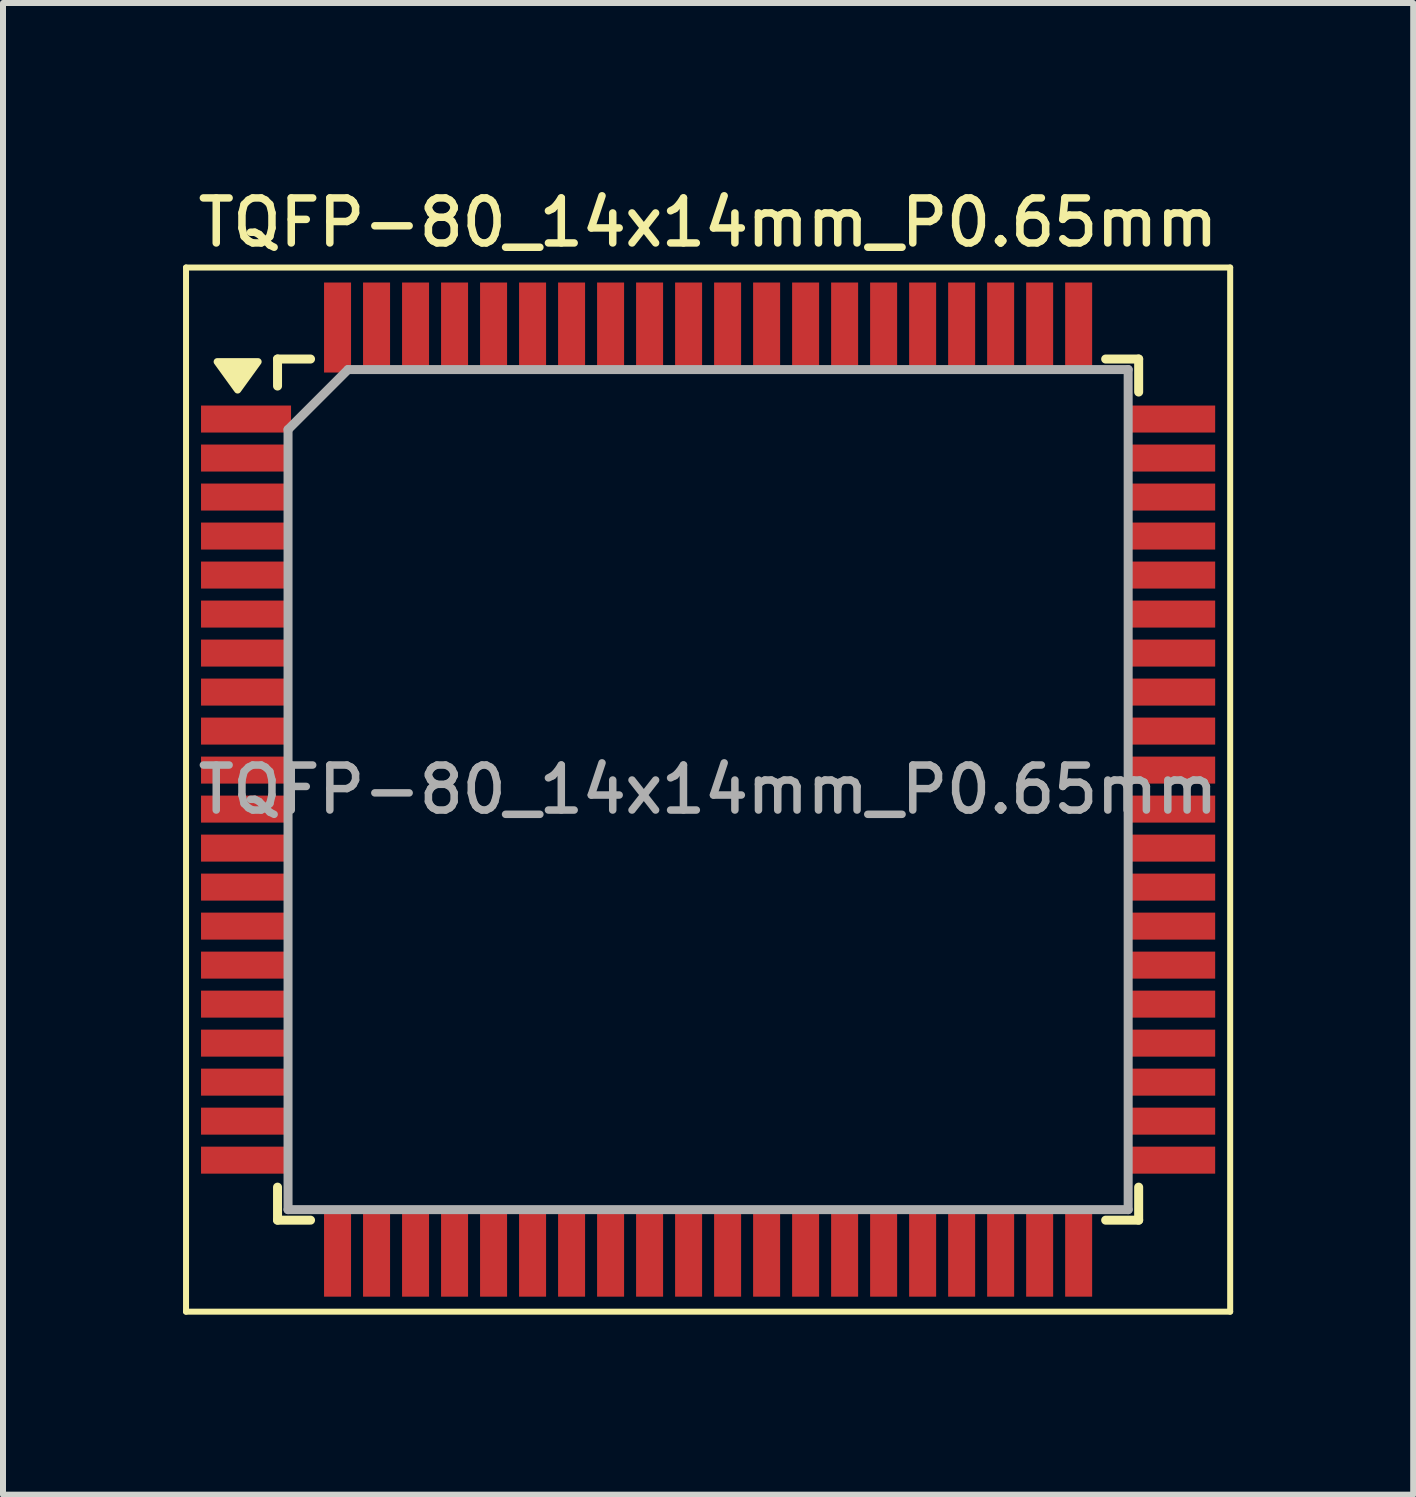
<source format=kicad_pcb>
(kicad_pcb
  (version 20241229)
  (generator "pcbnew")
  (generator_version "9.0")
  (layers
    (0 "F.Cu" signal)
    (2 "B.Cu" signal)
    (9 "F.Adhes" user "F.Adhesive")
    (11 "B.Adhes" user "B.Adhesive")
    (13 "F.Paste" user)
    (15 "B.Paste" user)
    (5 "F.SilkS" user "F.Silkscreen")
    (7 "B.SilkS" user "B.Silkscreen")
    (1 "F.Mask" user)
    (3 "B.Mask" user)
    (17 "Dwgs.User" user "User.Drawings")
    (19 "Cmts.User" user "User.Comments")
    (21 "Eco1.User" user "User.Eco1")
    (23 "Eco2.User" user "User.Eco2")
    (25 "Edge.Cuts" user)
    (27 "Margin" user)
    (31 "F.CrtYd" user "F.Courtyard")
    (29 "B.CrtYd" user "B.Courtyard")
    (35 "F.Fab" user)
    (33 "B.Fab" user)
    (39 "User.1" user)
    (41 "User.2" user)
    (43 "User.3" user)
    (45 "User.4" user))
  (footprint "TQFP-80_14x14mm_P0.65mm"
    (layer "F.Cu")
    (at 8.75 10.108)
    (property "Reference" "TQFP-80_14x14mm_P0.65mm" (at 0 -9.45 0) (layer "F.SilkS") (effects (font (size 0.75 0.75) (thickness 0.125))))
    (attr smd)
    (fp_line (start -8.7 -8.7) (end -8.7 8.7) (stroke (width 0.1) (type solid)) (layer "F.SilkS"))
    (fp_line (start -8.7 -8.7) (end 8.7 -8.7) (stroke (width 0.1) (type solid)) (layer "F.SilkS"))
    (fp_line (start -8.7 8.7) (end 8.7 8.7) (stroke (width 0.1) (type solid)) (layer "F.SilkS"))
    (fp_line (start -7.175 -7.175) (end -7.175 -6.725) (stroke (width 0.15) (type solid)) (layer "F.SilkS"))
    (fp_line (start -7.175 -7.175) (end -6.625 -7.175) (stroke (width 0.15) (type solid)) (layer "F.SilkS"))
    (fp_line (start -7.175 7.175) (end -7.175 6.625) (stroke (width 0.15) (type solid)) (layer "F.SilkS"))
    (fp_line (start -7.175 7.175) (end -6.625 7.175) (stroke (width 0.15) (type solid)) (layer "F.SilkS"))
    (fp_line (start 7.175 -7.175) (end 6.625 -7.175) (stroke (width 0.15) (type solid)) (layer "F.SilkS"))
    (fp_line (start 7.175 -7.175) (end 7.175 -6.625) (stroke (width 0.15) (type solid)) (layer "F.SilkS"))
    (fp_line (start 7.175 7.175) (end 6.625 7.175) (stroke (width 0.15) (type solid)) (layer "F.SilkS"))
    (fp_line (start 7.175 7.175) (end 7.175 6.625) (stroke (width 0.15) (type solid)) (layer "F.SilkS"))
    (fp_line (start 8.7 -8.7) (end 8.7 8.7) (stroke (width 0.1) (type solid)) (layer "F.SilkS"))
    (fp_poly (pts (xy -7.84 -6.66) (xy -8.18 -7.13) (xy -7.5 -7.13) (xy -7.84 -6.66)) (stroke (width 0.12) (type solid)) (fill yes) (layer "F.SilkS"))
    (fp_line (start -7 -6) (end -6 -7) (stroke (width 0.15) (type solid)) (layer "F.Fab"))
    (fp_line (start -7 7) (end -7 -6) (stroke (width 0.15) (type solid)) (layer "F.Fab"))
    (fp_line (start -6 -7) (end 7 -7) (stroke (width 0.15) (type solid)) (layer "F.Fab"))
    (fp_line (start 7 -7) (end 7 7) (stroke (width 0.15) (type solid)) (layer "F.Fab"))
    (fp_line (start 7 7) (end -7 7) (stroke (width 0.15) (type solid)) (layer "F.Fab"))
    (fp_text user "${REFERENCE}" (at 0 0 0) (layer "F.Fab") (effects (font (size 0.75 0.75) (thickness 0.125))))
    (pad "1" smd rect (at -7.7 -6.175) (size 1.5 0.45) (layers "F.Cu" "F.Mask" "F.Paste"))
    (pad "2" smd rect (at -7.7 -5.525) (size 1.5 0.45) (layers "F.Cu" "F.Mask" "F.Paste"))
    (pad "3" smd rect (at -7.7 -4.875) (size 1.5 0.45) (layers "F.Cu" "F.Mask" "F.Paste"))
    (pad "4" smd rect (at -7.7 -4.225) (size 1.5 0.45) (layers "F.Cu" "F.Mask" "F.Paste"))
    (pad "5" smd rect (at -7.7 -3.575) (size 1.5 0.45) (layers "F.Cu" "F.Mask" "F.Paste"))
    (pad "6" smd rect (at -7.7 -2.925) (size 1.5 0.45) (layers "F.Cu" "F.Mask" "F.Paste"))
    (pad "7" smd rect (at -7.7 -2.275) (size 1.5 0.45) (layers "F.Cu" "F.Mask" "F.Paste"))
    (pad "8" smd rect (at -7.7 -1.625) (size 1.5 0.45) (layers "F.Cu" "F.Mask" "F.Paste"))
    (pad "9" smd rect (at -7.7 -0.975) (size 1.5 0.45) (layers "F.Cu" "F.Mask" "F.Paste"))
    (pad "10" smd rect (at -7.7 -0.325) (size 1.5 0.45) (layers "F.Cu" "F.Mask" "F.Paste"))
    (pad "11" smd rect (at -7.7 0.325) (size 1.5 0.45) (layers "F.Cu" "F.Mask" "F.Paste"))
    (pad "12" smd rect (at -7.7 0.975) (size 1.5 0.45) (layers "F.Cu" "F.Mask" "F.Paste"))
    (pad "13" smd rect (at -7.7 1.625) (size 1.5 0.45) (layers "F.Cu" "F.Mask" "F.Paste"))
    (pad "14" smd rect (at -7.7 2.275) (size 1.5 0.45) (layers "F.Cu" "F.Mask" "F.Paste"))
    (pad "15" smd rect (at -7.7 2.925) (size 1.5 0.45) (layers "F.Cu" "F.Mask" "F.Paste"))
    (pad "16" smd rect (at -7.7 3.575) (size 1.5 0.45) (layers "F.Cu" "F.Mask" "F.Paste"))
    (pad "17" smd rect (at -7.7 4.225) (size 1.5 0.45) (layers "F.Cu" "F.Mask" "F.Paste"))
    (pad "18" smd rect (at -7.7 4.875) (size 1.5 0.45) (layers "F.Cu" "F.Mask" "F.Paste"))
    (pad "19" smd rect (at -7.7 5.525) (size 1.5 0.45) (layers "F.Cu" "F.Mask" "F.Paste"))
    (pad "20" smd rect (at -7.7 6.175) (size 1.5 0.45) (layers "F.Cu" "F.Mask" "F.Paste"))
    (pad "21" smd rect (at -6.175 7.7 90) (size 1.5 0.45) (layers "F.Cu" "F.Mask" "F.Paste"))
    (pad "22" smd rect (at -5.525 7.7 90) (size 1.5 0.45) (layers "F.Cu" "F.Mask" "F.Paste"))
    (pad "23" smd rect (at -4.875 7.7 90) (size 1.5 0.45) (layers "F.Cu" "F.Mask" "F.Paste"))
    (pad "24" smd rect (at -4.225 7.7 90) (size 1.5 0.45) (layers "F.Cu" "F.Mask" "F.Paste"))
    (pad "25" smd rect (at -3.575 7.7 90) (size 1.5 0.45) (layers "F.Cu" "F.Mask" "F.Paste"))
    (pad "26" smd rect (at -2.925 7.7 90) (size 1.5 0.45) (layers "F.Cu" "F.Mask" "F.Paste"))
    (pad "27" smd rect (at -2.275 7.7 90) (size 1.5 0.45) (layers "F.Cu" "F.Mask" "F.Paste"))
    (pad "28" smd rect (at -1.625 7.7 90) (size 1.5 0.45) (layers "F.Cu" "F.Mask" "F.Paste"))
    (pad "29" smd rect (at -0.975 7.7 90) (size 1.5 0.45) (layers "F.Cu" "F.Mask" "F.Paste"))
    (pad "30" smd rect (at -0.325 7.7 90) (size 1.5 0.45) (layers "F.Cu" "F.Mask" "F.Paste"))
    (pad "31" smd rect (at 0.325 7.7 90) (size 1.5 0.45) (layers "F.Cu" "F.Mask" "F.Paste"))
    (pad "32" smd rect (at 0.975 7.7 90) (size 1.5 0.45) (layers "F.Cu" "F.Mask" "F.Paste"))
    (pad "33" smd rect (at 1.625 7.7 90) (size 1.5 0.45) (layers "F.Cu" "F.Mask" "F.Paste"))
    (pad "34" smd rect (at 2.275 7.7 90) (size 1.5 0.45) (layers "F.Cu" "F.Mask" "F.Paste"))
    (pad "35" smd rect (at 2.925 7.7 90) (size 1.5 0.45) (layers "F.Cu" "F.Mask" "F.Paste"))
    (pad "36" smd rect (at 3.575 7.7 90) (size 1.5 0.45) (layers "F.Cu" "F.Mask" "F.Paste"))
    (pad "37" smd rect (at 4.225 7.7 90) (size 1.5 0.45) (layers "F.Cu" "F.Mask" "F.Paste"))
    (pad "38" smd rect (at 4.875 7.7 90) (size 1.5 0.45) (layers "F.Cu" "F.Mask" "F.Paste"))
    (pad "39" smd rect (at 5.525 7.7 90) (size 1.5 0.45) (layers "F.Cu" "F.Mask" "F.Paste"))
    (pad "40" smd rect (at 6.175 7.7 90) (size 1.5 0.45) (layers "F.Cu" "F.Mask" "F.Paste"))
    (pad "41" smd rect (at 7.7 6.175) (size 1.5 0.45) (layers "F.Cu" "F.Mask" "F.Paste"))
    (pad "42" smd rect (at 7.7 5.525) (size 1.5 0.45) (layers "F.Cu" "F.Mask" "F.Paste"))
    (pad "43" smd rect (at 7.7 4.875) (size 1.5 0.45) (layers "F.Cu" "F.Mask" "F.Paste"))
    (pad "44" smd rect (at 7.7 4.225) (size 1.5 0.45) (layers "F.Cu" "F.Mask" "F.Paste"))
    (pad "45" smd rect (at 7.7 3.575) (size 1.5 0.45) (layers "F.Cu" "F.Mask" "F.Paste"))
    (pad "46" smd rect (at 7.7 2.925) (size 1.5 0.45) (layers "F.Cu" "F.Mask" "F.Paste"))
    (pad "47" smd rect (at 7.7 2.275) (size 1.5 0.45) (layers "F.Cu" "F.Mask" "F.Paste"))
    (pad "48" smd rect (at 7.7 1.625) (size 1.5 0.45) (layers "F.Cu" "F.Mask" "F.Paste"))
    (pad "49" smd rect (at 7.7 0.975) (size 1.5 0.45) (layers "F.Cu" "F.Mask" "F.Paste"))
    (pad "50" smd rect (at 7.7 0.325) (size 1.5 0.45) (layers "F.Cu" "F.Mask" "F.Paste"))
    (pad "51" smd rect (at 7.7 -0.325) (size 1.5 0.45) (layers "F.Cu" "F.Mask" "F.Paste"))
    (pad "52" smd rect (at 7.7 -0.975) (size 1.5 0.45) (layers "F.Cu" "F.Mask" "F.Paste"))
    (pad "53" smd rect (at 7.7 -1.625) (size 1.5 0.45) (layers "F.Cu" "F.Mask" "F.Paste"))
    (pad "54" smd rect (at 7.7 -2.275) (size 1.5 0.45) (layers "F.Cu" "F.Mask" "F.Paste"))
    (pad "55" smd rect (at 7.7 -2.925) (size 1.5 0.45) (layers "F.Cu" "F.Mask" "F.Paste"))
    (pad "56" smd rect (at 7.7 -3.575) (size 1.5 0.45) (layers "F.Cu" "F.Mask" "F.Paste"))
    (pad "57" smd rect (at 7.7 -4.225) (size 1.5 0.45) (layers "F.Cu" "F.Mask" "F.Paste"))
    (pad "58" smd rect (at 7.7 -4.875) (size 1.5 0.45) (layers "F.Cu" "F.Mask" "F.Paste"))
    (pad "59" smd rect (at 7.7 -5.525) (size 1.5 0.45) (layers "F.Cu" "F.Mask" "F.Paste"))
    (pad "60" smd rect (at 7.7 -6.175) (size 1.5 0.45) (layers "F.Cu" "F.Mask" "F.Paste"))
    (pad "61" smd rect (at 6.175 -7.7 90) (size 1.5 0.45) (layers "F.Cu" "F.Mask" "F.Paste"))
    (pad "62" smd rect (at 5.525 -7.7 90) (size 1.5 0.45) (layers "F.Cu" "F.Mask" "F.Paste"))
    (pad "63" smd rect (at 4.875 -7.7 90) (size 1.5 0.45) (layers "F.Cu" "F.Mask" "F.Paste"))
    (pad "64" smd rect (at 4.225 -7.7 90) (size 1.5 0.45) (layers "F.Cu" "F.Mask" "F.Paste"))
    (pad "65" smd rect (at 3.575 -7.7 90) (size 1.5 0.45) (layers "F.Cu" "F.Mask" "F.Paste"))
    (pad "66" smd rect (at 2.925 -7.7 90) (size 1.5 0.45) (layers "F.Cu" "F.Mask" "F.Paste"))
    (pad "67" smd rect (at 2.275 -7.7 90) (size 1.5 0.45) (layers "F.Cu" "F.Mask" "F.Paste"))
    (pad "68" smd rect (at 1.625 -7.7 90) (size 1.5 0.45) (layers "F.Cu" "F.Mask" "F.Paste"))
    (pad "69" smd rect (at 0.975 -7.7 90) (size 1.5 0.45) (layers "F.Cu" "F.Mask" "F.Paste"))
    (pad "70" smd rect (at 0.325 -7.7 90) (size 1.5 0.45) (layers "F.Cu" "F.Mask" "F.Paste"))
    (pad "71" smd rect (at -0.325 -7.7 90) (size 1.5 0.45) (layers "F.Cu" "F.Mask" "F.Paste"))
    (pad "72" smd rect (at -0.975 -7.7 90) (size 1.5 0.45) (layers "F.Cu" "F.Mask" "F.Paste"))
    (pad "73" smd rect (at -1.625 -7.7 90) (size 1.5 0.45) (layers "F.Cu" "F.Mask" "F.Paste"))
    (pad "74" smd rect (at -2.275 -7.7 90) (size 1.5 0.45) (layers "F.Cu" "F.Mask" "F.Paste"))
    (pad "75" smd rect (at -2.925 -7.7 90) (size 1.5 0.45) (layers "F.Cu" "F.Mask" "F.Paste"))
    (pad "76" smd rect (at -3.575 -7.7 90) (size 1.5 0.45) (layers "F.Cu" "F.Mask" "F.Paste"))
    (pad "77" smd rect (at -4.225 -7.7 90) (size 1.5 0.45) (layers "F.Cu" "F.Mask" "F.Paste"))
    (pad "78" smd rect (at -4.875 -7.7 90) (size 1.5 0.45) (layers "F.Cu" "F.Mask" "F.Paste"))
    (pad "79" smd rect (at -5.525 -7.7 90) (size 1.5 0.45) (layers "F.Cu" "F.Mask" "F.Paste"))
    (pad "80" smd rect (at -6.175 -7.7 90) (size 1.5 0.45) (layers "F.Cu" "F.Mask" "F.Paste")))
  (gr_rect
    (start -3 -3)
    (end 20.5 21.858)
    (stroke (width 0.1) (type default))
    (fill no)
    (layer "Edge.Cuts")))
</source>
